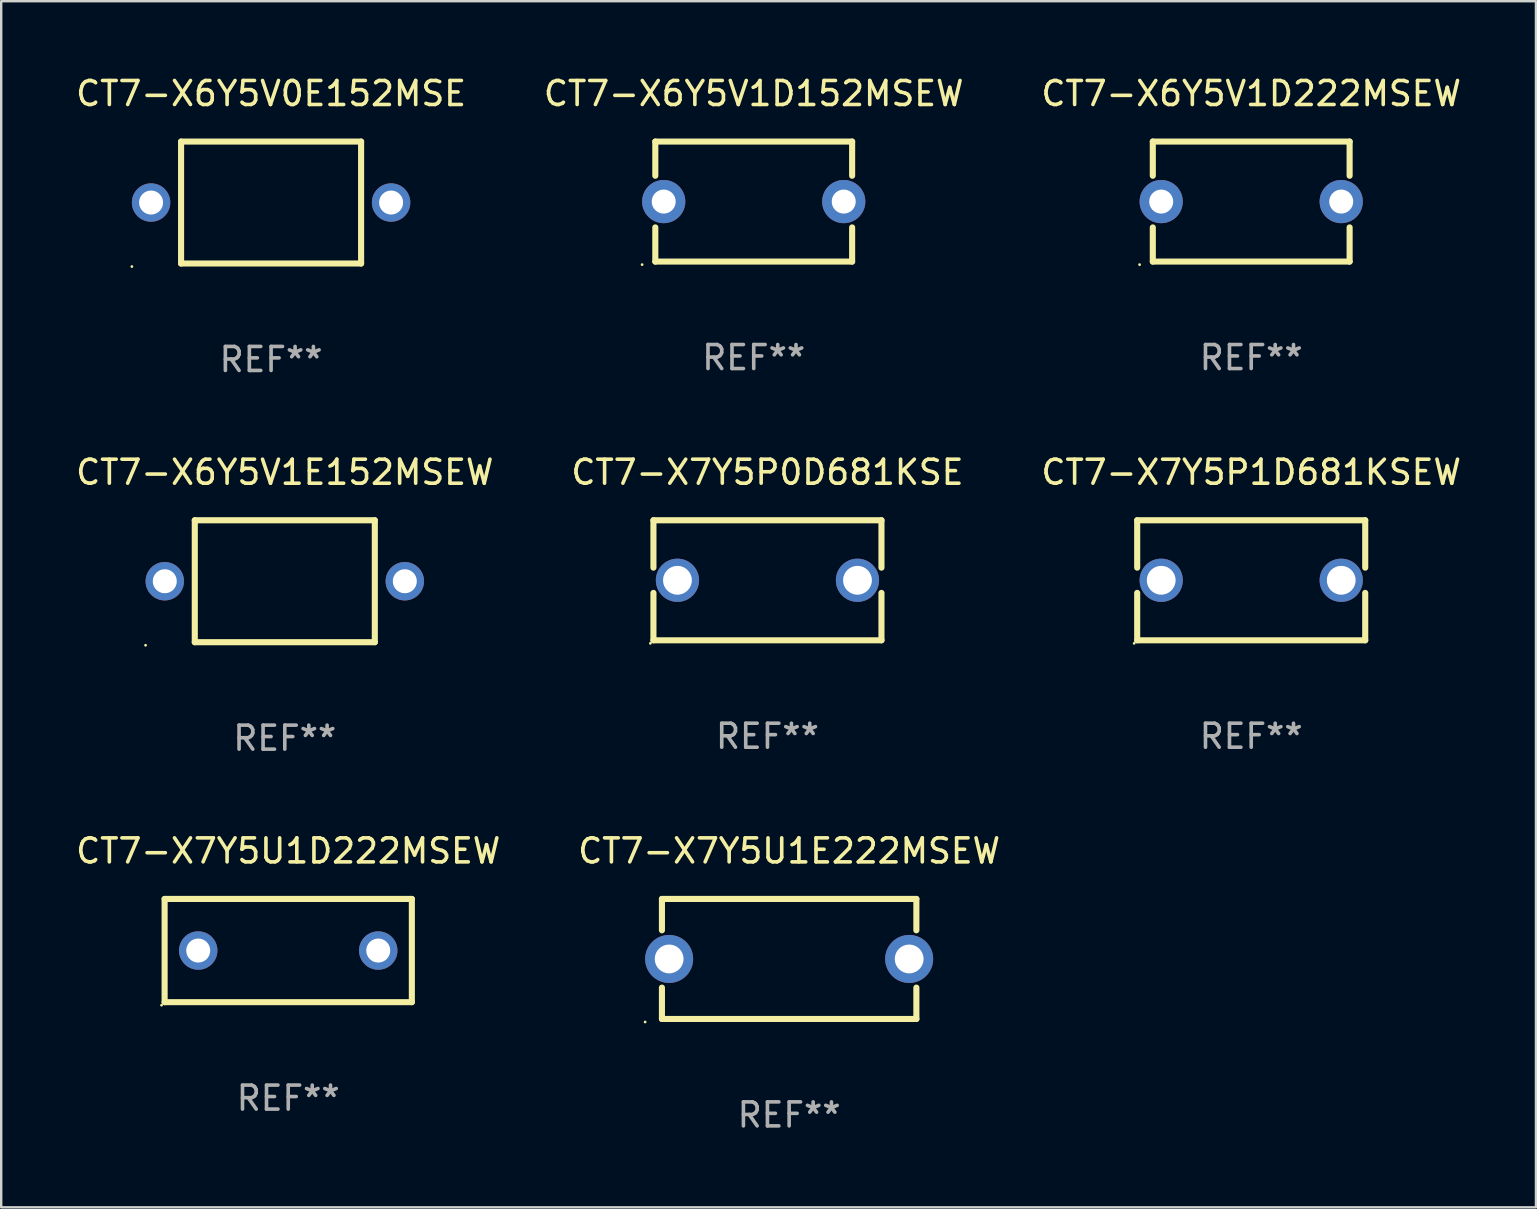
<source format=kicad_pcb>
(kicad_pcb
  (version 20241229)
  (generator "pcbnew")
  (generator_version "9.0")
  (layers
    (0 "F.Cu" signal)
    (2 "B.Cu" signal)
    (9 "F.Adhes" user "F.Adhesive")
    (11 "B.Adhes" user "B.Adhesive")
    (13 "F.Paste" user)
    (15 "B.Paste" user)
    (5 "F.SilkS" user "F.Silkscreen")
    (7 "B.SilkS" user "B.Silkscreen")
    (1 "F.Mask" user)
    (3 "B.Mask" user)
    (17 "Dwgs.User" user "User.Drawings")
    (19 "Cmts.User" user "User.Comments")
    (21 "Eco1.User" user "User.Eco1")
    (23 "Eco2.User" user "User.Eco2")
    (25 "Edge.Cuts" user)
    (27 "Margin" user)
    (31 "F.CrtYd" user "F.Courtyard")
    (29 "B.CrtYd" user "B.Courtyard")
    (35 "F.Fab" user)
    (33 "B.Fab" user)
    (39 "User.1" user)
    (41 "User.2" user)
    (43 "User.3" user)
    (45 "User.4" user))
  (footprint "CT7-X7Y5P1D681KSEW"
    (layer "F.Cu")
    (at 49.077 21.125)
    (property "Reference" "CT7-X7Y5P1D681KSEW" (at 0 -4.5 0) (layer "F.SilkS") (effects (font (size 1 1) (thickness 0.15))))
    (attr through_hole)
    (fp_line (start -4.75 -2.5) (end -4.75 -0.526) (stroke (width 0.254) (type solid)) (layer "F.SilkS"))
    (fp_line (start -4.75 -2.5) (end 4.75 -2.5) (stroke (width 0.254) (type solid)) (layer "F.SilkS"))
    (fp_line (start -4.75 0.526) (end -4.75 2.5) (stroke (width 0.254) (type solid)) (layer "F.SilkS"))
    (fp_line (start 4.75 2.5) (end -4.75 2.5) (stroke (width 0.254) (type solid)) (layer "F.SilkS"))
    (fp_line (start 4.75 -2.5) (end 4.75 -0.526) (stroke (width 0.254) (type solid)) (layer "F.SilkS"))
    (fp_line (start 4.75 0.526) (end 4.75 2.5) (stroke (width 0.254) (type solid)) (layer "F.SilkS"))
    (fp_circle (center -4.877 2.627) (end -4.847 2.627) (stroke (width 0.06) (type solid)) (fill no) (layer "F.SilkS"))
    (fp_text user "REF**" (at 0 6.5 0) (layer "F.Fab") (effects (font (size 1 1) (thickness 0.15))))
    (pad "1" thru_hole circle (at -3.75 0) (size 1.8 1.8) (drill 1.2) (layers "*.Cu" "*.Mask"))
    (pad "2" thru_hole circle (at 3.75 0) (size 1.8 1.8) (drill 1.2) (layers "*.Cu" "*.Mask")))
  (footprint "CT7-X7Y5U1D222MSEW"
    (layer "F.Cu")
    (at 8.958 36.551)
    (property "Reference" "CT7-X7Y5U1D222MSEW" (at 0 -4.15 0) (layer "F.SilkS") (effects (font (size 1 1) (thickness 0.15))))
    (attr through_hole)
    (fp_line (start -5.15 2.15) (end -5.15 -2.15) (stroke (width 0.254) (type solid)) (layer "F.SilkS"))
    (fp_line (start -5.15 -2.15) (end 5.15 -2.15) (stroke (width 0.254) (type solid)) (layer "F.SilkS"))
    (fp_line (start 5.15 2.15) (end -5.15 2.15) (stroke (width 0.254) (type solid)) (layer "F.SilkS"))
    (fp_line (start 5.15 -2.15) (end 5.15 2.15) (stroke (width 0.254) (type solid)) (layer "F.SilkS"))
    (fp_circle (center -5.277 2.277) (end -5.247 2.277) (stroke (width 0.06) (type solid)) (fill no) (layer "F.SilkS"))
    (fp_text user "REF**" (at 0 6.15 0) (layer "F.Fab") (effects (font (size 1 1) (thickness 0.15))))
    (pad "1" thru_hole circle (at -3.75 0) (size 1.6 1.6) (drill 1) (layers "*.Cu" "*.Mask"))
    (pad "2" thru_hole circle (at 3.75 0) (size 1.6 1.6) (drill 1) (layers "*.Cu" "*.Mask")))
  (footprint "CT7-X6Y5V0E152MSE"
    (layer "F.Cu")
    (at 8.244 5.388)
    (property "Reference" "CT7-X6Y5V0E152MSE" (at 0 -4.54 0) (layer "F.SilkS") (effects (font (size 1 1) (thickness 0.15))))
    (attr through_hole)
    (fp_line (start -3.75 -2.54) (end 3.75 -2.54) (stroke (width 0.254) (type solid)) (layer "F.SilkS"))
    (fp_line (start -3.75 2.54) (end -3.75 -2.54) (stroke (width 0.254) (type solid)) (layer "F.SilkS"))
    (fp_line (start 3.75 -2.54) (end 3.75 2.54) (stroke (width 0.254) (type solid)) (layer "F.SilkS"))
    (fp_line (start 3.75 2.54) (end -3.75 2.54) (stroke (width 0.254) (type solid)) (layer "F.SilkS"))
    (fp_circle (center -5.8 2.667) (end -5.77 2.667) (stroke (width 0.06) (type solid)) (fill no) (layer "F.SilkS"))
    (fp_text user "REF**" (at 0 6.54 0) (layer "F.Fab") (effects (font (size 1 1) (thickness 0.15))))
    (pad "1" thru_hole circle (at -5 0) (size 1.6 1.6) (drill 1) (layers "*.Cu" "*.Mask"))
    (pad "2" thru_hole circle (at 5 0) (size 1.6 1.6) (drill 1) (layers "*.Cu" "*.Mask")))
  (footprint "CT7-X7Y5P0D681KSE"
    (layer "F.Cu")
    (at 28.923 21.125)
    (property "Reference" "CT7-X7Y5P0D681KSE" (at 0 -4.5 0) (layer "F.SilkS") (effects (font (size 1 1) (thickness 0.15))))
    (attr through_hole)
    (fp_line (start -4.75 -2.5) (end -4.75 -0.526) (stroke (width 0.254) (type solid)) (layer "F.SilkS"))
    (fp_line (start -4.75 -2.5) (end 4.75 -2.5) (stroke (width 0.254) (type solid)) (layer "F.SilkS"))
    (fp_line (start -4.75 0.526) (end -4.75 2.5) (stroke (width 0.254) (type solid)) (layer "F.SilkS"))
    (fp_line (start 4.75 2.5) (end -4.75 2.5) (stroke (width 0.254) (type solid)) (layer "F.SilkS"))
    (fp_line (start 4.75 -2.5) (end 4.75 -0.526) (stroke (width 0.254) (type solid)) (layer "F.SilkS"))
    (fp_line (start 4.75 0.526) (end 4.75 2.5) (stroke (width 0.254) (type solid)) (layer "F.SilkS"))
    (fp_circle (center -4.877 2.627) (end -4.847 2.627) (stroke (width 0.06) (type solid)) (fill no) (layer "F.SilkS"))
    (fp_text user "REF**" (at 0 6.5 0) (layer "F.Fab") (effects (font (size 1 1) (thickness 0.15))))
    (pad "1" thru_hole circle (at -3.75 0) (size 1.8 1.8) (drill 1.2) (layers "*.Cu" "*.Mask"))
    (pad "2" thru_hole circle (at 3.75 0) (size 1.8 1.8) (drill 1.2) (layers "*.Cu" "*.Mask")))
  (footprint "CT7-X7Y5U1E222MSEW"
    (layer "F.Cu")
    (at 29.827 36.901)
    (property "Reference" "CT7-X7Y5U1E222MSEW" (at 0 -4.5 0) (layer "F.SilkS") (effects (font (size 1 1) (thickness 0.15))))
    (attr through_hole)
    (fp_line (start -5.3 -2.5) (end -5.3 -1.194) (stroke (width 0.254) (type solid)) (layer "F.SilkS"))
    (fp_line (start -5.3 -2.5) (end 5.3 -2.5) (stroke (width 0.254) (type solid)) (layer "F.SilkS"))
    (fp_line (start -5.3 1.194) (end -5.3 2.5) (stroke (width 0.254) (type solid)) (layer "F.SilkS"))
    (fp_line (start -5.3 2.5) (end 5.3 2.5) (stroke (width 0.254) (type solid)) (layer "F.SilkS"))
    (fp_line (start 5.3 -2.5) (end 5.3 -1.194) (stroke (width 0.254) (type solid)) (layer "F.SilkS"))
    (fp_line (start 5.3 1.194) (end 5.3 2.5) (stroke (width 0.254) (type solid)) (layer "F.SilkS"))
    (fp_circle (center -6 2.627) (end -5.97 2.627) (stroke (width 0.06) (type solid)) (fill no) (layer "F.SilkS"))
    (fp_text user "REF**" (at 0 6.5 0) (layer "F.Fab") (effects (font (size 1 1) (thickness 0.15))))
    (pad "1" thru_hole circle (at -5 0) (size 2 2) (drill 1.2) (layers "*.Cu" "*.Mask"))
    (pad "2" thru_hole circle (at 5 0) (size 2 2) (drill 1.2) (layers "*.Cu" "*.Mask")))
  (footprint "CT7-X6Y5V1D222MSEW"
    (layer "F.Cu")
    (at 49.077 5.348)
    (property "Reference" "CT7-X6Y5V1D222MSEW" (at 0 -4.5 0) (layer "F.SilkS") (effects (font (size 1 1) (thickness 0.15))))
    (attr through_hole)
    (fp_line (start -4.1 -2.5) (end -4.1 -1.076) (stroke (width 0.254) (type solid)) (layer "F.SilkS"))
    (fp_line (start -4.1 -2.5) (end 4.1 -2.5) (stroke (width 0.254) (type solid)) (layer "F.SilkS"))
    (fp_line (start -4.1 1.076) (end -4.1 2.5) (stroke (width 0.254) (type solid)) (layer "F.SilkS"))
    (fp_line (start -4.1 2.5) (end 4.1 2.5) (stroke (width 0.254) (type solid)) (layer "F.SilkS"))
    (fp_line (start 4.1 -2.5) (end 4.1 -1.076) (stroke (width 0.254) (type solid)) (layer "F.SilkS"))
    (fp_line (start 4.1 1.076) (end 4.1 2.5) (stroke (width 0.254) (type solid)) (layer "F.SilkS"))
    (fp_circle (center -4.65 2.627) (end -4.62 2.627) (stroke (width 0.06) (type solid)) (fill no) (layer "F.SilkS"))
    (fp_text user "REF**" (at 0 6.5 0) (layer "F.Fab") (effects (font (size 1 1) (thickness 0.15))))
    (pad "1" thru_hole circle (at -3.75 0) (size 1.8 1.8) (drill 1) (layers "*.Cu" "*.Mask"))
    (pad "2" thru_hole circle (at 3.75 0) (size 1.8 1.8) (drill 1) (layers "*.Cu" "*.Mask")))
  (footprint "CT7-X6Y5V1E152MSEW"
    (layer "F.Cu")
    (at 8.815 21.165)
    (property "Reference" "CT7-X6Y5V1E152MSEW" (at 0 -4.54 0) (layer "F.SilkS") (effects (font (size 1 1) (thickness 0.15))))
    (attr through_hole)
    (fp_line (start -3.75 -2.54) (end 3.75 -2.54) (stroke (width 0.254) (type solid)) (layer "F.SilkS"))
    (fp_line (start -3.75 2.54) (end -3.75 -2.54) (stroke (width 0.254) (type solid)) (layer "F.SilkS"))
    (fp_line (start 3.75 -2.54) (end 3.75 2.54) (stroke (width 0.254) (type solid)) (layer "F.SilkS"))
    (fp_line (start 3.75 2.54) (end -3.75 2.54) (stroke (width 0.254) (type solid)) (layer "F.SilkS"))
    (fp_circle (center -5.8 2.667) (end -5.77 2.667) (stroke (width 0.06) (type solid)) (fill no) (layer "F.SilkS"))
    (fp_text user "REF**" (at 0 6.54 0) (layer "F.Fab") (effects (font (size 1 1) (thickness 0.15))))
    (pad "1" thru_hole circle (at -5 0) (size 1.6 1.6) (drill 1) (layers "*.Cu" "*.Mask"))
    (pad "2" thru_hole circle (at 5 0) (size 1.6 1.6) (drill 1) (layers "*.Cu" "*.Mask")))
  (footprint "CT7-X6Y5V1D152MSEW"
    (layer "F.Cu")
    (at 28.351 5.348)
    (property "Reference" "CT7-X6Y5V1D152MSEW" (at 0 -4.5 0) (layer "F.SilkS") (effects (font (size 1 1) (thickness 0.15))))
    (attr through_hole)
    (fp_line (start -4.1 -2.5) (end -4.1 -1.076) (stroke (width 0.254) (type solid)) (layer "F.SilkS"))
    (fp_line (start -4.1 -2.5) (end 4.1 -2.5) (stroke (width 0.254) (type solid)) (layer "F.SilkS"))
    (fp_line (start -4.1 1.076) (end -4.1 2.5) (stroke (width 0.254) (type solid)) (layer "F.SilkS"))
    (fp_line (start -4.1 2.5) (end 4.1 2.5) (stroke (width 0.254) (type solid)) (layer "F.SilkS"))
    (fp_line (start 4.1 -2.5) (end 4.1 -1.076) (stroke (width 0.254) (type solid)) (layer "F.SilkS"))
    (fp_line (start 4.1 1.076) (end 4.1 2.5) (stroke (width 0.254) (type solid)) (layer "F.SilkS"))
    (fp_circle (center -4.65 2.627) (end -4.62 2.627) (stroke (width 0.06) (type solid)) (fill no) (layer "F.SilkS"))
    (fp_text user "REF**" (at 0 6.5 0) (layer "F.Fab") (effects (font (size 1 1) (thickness 0.15))))
    (pad "1" thru_hole circle (at -3.75 0) (size 1.8 1.8) (drill 1) (layers "*.Cu" "*.Mask"))
    (pad "2" thru_hole circle (at 3.75 0) (size 1.8 1.8) (drill 1) (layers "*.Cu" "*.Mask")))
  (gr_rect
    (start -3 -3)
    (end 60.94 47.25)
    (stroke (width 0.1) (type default))
    (fill no)
    (layer "Edge.Cuts")))
</source>
